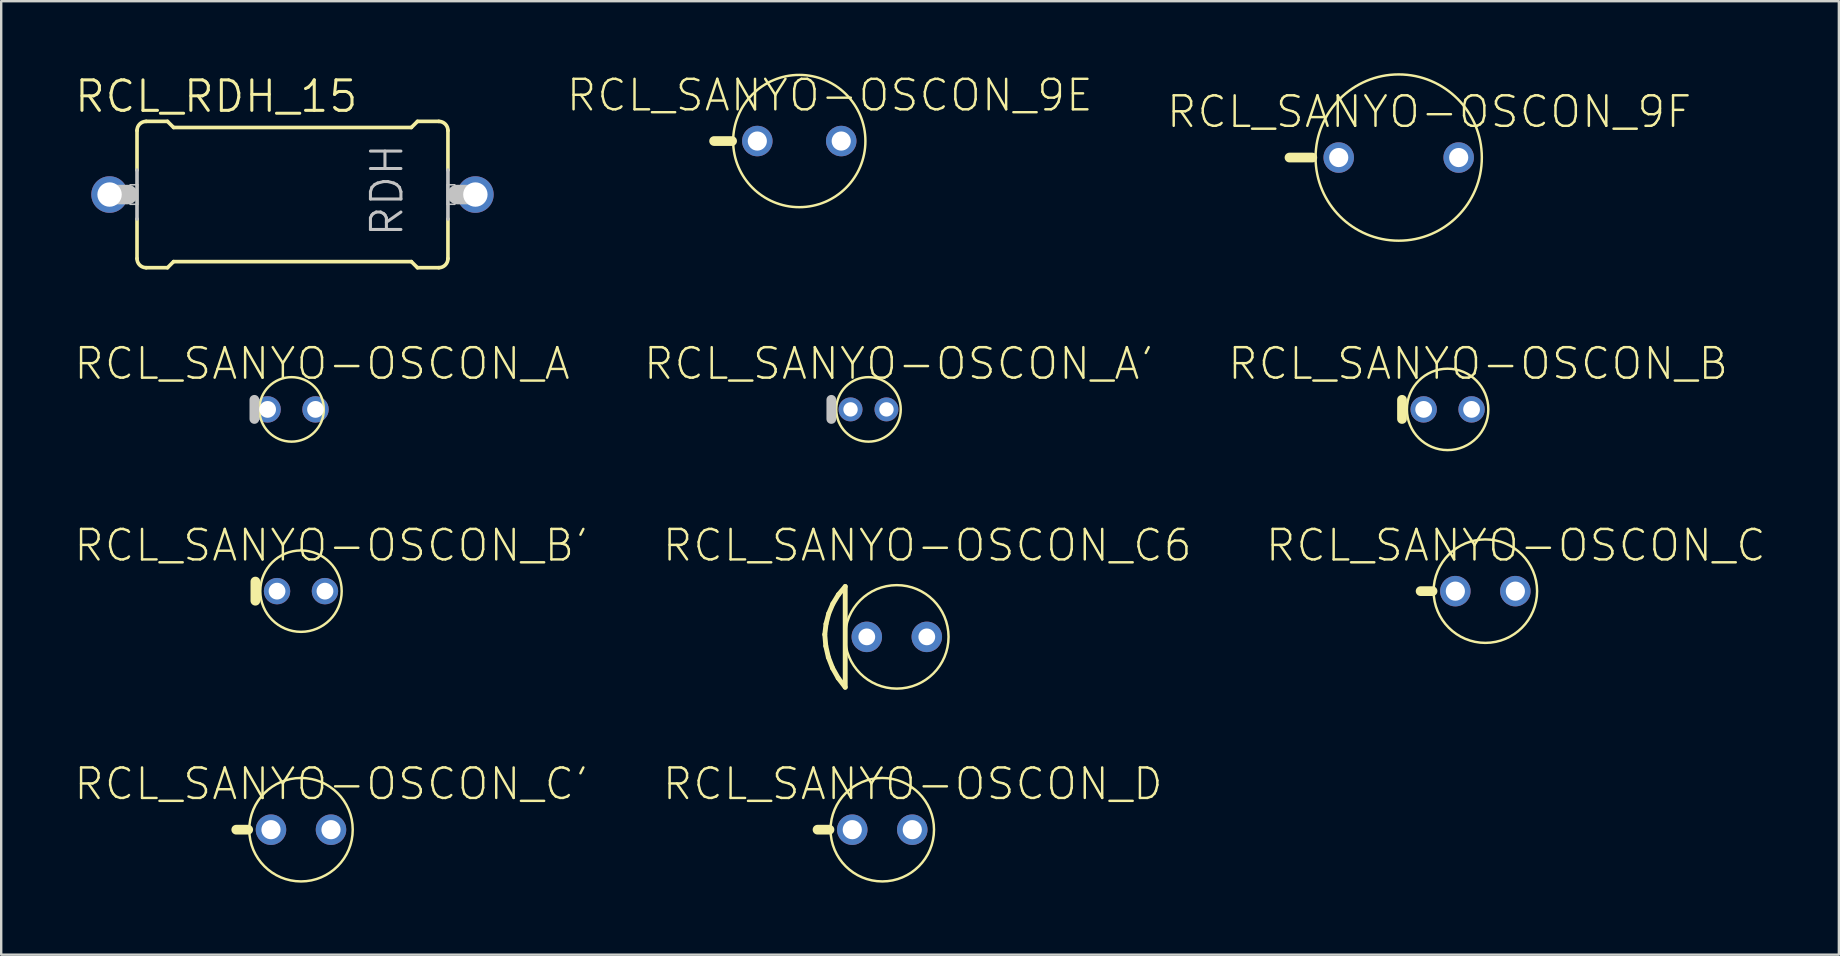
<source format=kicad_pcb>
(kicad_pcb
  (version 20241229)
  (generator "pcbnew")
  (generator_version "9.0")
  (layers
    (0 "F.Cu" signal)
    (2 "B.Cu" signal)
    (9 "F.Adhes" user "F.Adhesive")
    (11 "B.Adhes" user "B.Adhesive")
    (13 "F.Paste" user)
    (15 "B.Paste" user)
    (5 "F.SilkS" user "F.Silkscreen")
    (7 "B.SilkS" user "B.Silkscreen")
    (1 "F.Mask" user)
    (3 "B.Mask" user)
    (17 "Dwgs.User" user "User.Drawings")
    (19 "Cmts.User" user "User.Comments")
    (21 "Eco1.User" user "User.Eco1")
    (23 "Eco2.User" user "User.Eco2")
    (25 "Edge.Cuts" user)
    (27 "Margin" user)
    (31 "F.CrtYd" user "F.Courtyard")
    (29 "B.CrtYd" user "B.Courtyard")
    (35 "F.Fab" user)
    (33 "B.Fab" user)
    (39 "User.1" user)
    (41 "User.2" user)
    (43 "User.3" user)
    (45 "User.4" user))
  (footprint "RCL_SANYO-OSCON_C"
    (layer "F.Cu")
    (at 58.832 21.578)
    (property "Reference" "RCL_SANYO-OSCON_C" (at 1.27 -1.905 0) (layer "F.SilkS") (effects (font (size 1.27 1.27) (thickness 0.102))))
    (attr exclude_from_pos_files exclude_from_bom)
    (fp_line (start -2.2 0) (end -2.697 0) (stroke (width 0.406) (type solid)) (layer "F.SilkS"))
    (fp_circle (center 0 0) (end -1.524 1.524) (stroke (width 0.102) (type solid)) (fill no) (layer "F.SilkS"))
    (pad "+" thru_hole circle (at 1.25 0) (size 1.27 1.27) (drill 0.798) (layers "*.Cu" "*.Paste" "*.Mask"))
    (pad "-" thru_hole circle (at -1.25 0) (size 1.27 1.27) (drill 0.798) (layers "*.Cu" "*.Paste" "*.Mask")))
  (footprint "RCL_RDH_15"
    (layer "F.Cu")
    (at 9.135 5.055)
    (property "Reference" "RCL_RDH_15" (at -3.175 -4.089 0) (layer "F.SilkS") (effects (font (size 1.27 1.27) (thickness 0.127))))
    (attr exclude_from_pos_files exclude_from_bom)
    (fp_line (start -6.477 -1.016) (end -6.477 -2.667) (stroke (width 0.152) (type solid)) (layer "F.SilkS"))
    (fp_line (start -6.477 2.667) (end -6.477 1.016) (stroke (width 0.152) (type solid)) (layer "F.SilkS"))
    (fp_line (start -6.096 -3.048) (end -5.207 -3.048) (stroke (width 0.152) (type solid)) (layer "F.SilkS"))
    (fp_line (start -6.096 3.048) (end -5.207 3.048) (stroke (width 0.152) (type solid)) (layer "F.SilkS"))
    (fp_line (start -4.953 -2.794) (end -5.207 -3.048) (stroke (width 0.152) (type solid)) (layer "F.SilkS"))
    (fp_line (start -4.953 2.794) (end -5.207 3.048) (stroke (width 0.152) (type solid)) (layer "F.SilkS"))
    (fp_line (start 4.953 -2.794) (end -4.953 -2.794) (stroke (width 0.152) (type solid)) (layer "F.SilkS"))
    (fp_line (start 4.953 -2.794) (end 5.207 -3.048) (stroke (width 0.152) (type solid)) (layer "F.SilkS"))
    (fp_line (start 4.953 2.794) (end -4.953 2.794) (stroke (width 0.152) (type solid)) (layer "F.SilkS"))
    (fp_line (start 4.953 2.794) (end 5.207 3.048) (stroke (width 0.152) (type solid)) (layer "F.SilkS"))
    (fp_line (start 6.096 -3.048) (end 5.207 -3.048) (stroke (width 0.152) (type solid)) (layer "F.SilkS"))
    (fp_line (start 6.096 3.048) (end 5.207 3.048) (stroke (width 0.152) (type solid)) (layer "F.SilkS"))
    (fp_line (start 6.477 -1.016) (end 6.477 -2.667) (stroke (width 0.152) (type solid)) (layer "F.SilkS"))
    (fp_line (start 6.477 2.667) (end 6.477 1.016) (stroke (width 0.152) (type solid)) (layer "F.SilkS"))
    (fp_arc (start -6.477 -2.667) (mid -6.365408 -2.936408) (end -6.096 -3.048) (stroke (width 0.1524) (type solid)) (layer "F.SilkS"))
    (fp_arc (start -6.096 3.048) (mid -6.365408 2.936408) (end -6.477 2.667) (stroke (width 0.1524) (type solid)) (layer "F.SilkS"))
    (fp_arc (start 6.096 -3.048) (mid 6.365408 -2.936408) (end 6.477 -2.667) (stroke (width 0.1524) (type solid)) (layer "F.SilkS"))
    (fp_arc (start 6.477 2.667) (mid 6.365408 2.936408) (end 6.096 3.048) (stroke (width 0.1524) (type solid)) (layer "F.SilkS"))
    (fp_line (start -7.62 0) (end -6.858 0) (stroke (width 0.813) (type solid)) (layer "Dwgs.User"))
    (fp_line (start -6.756 -0.406) (end -6.452 -0.406) (stroke (width 0.066) (type solid)) (layer "Dwgs.User"))
    (fp_line (start -6.756 0.406) (end -6.756 -0.406) (stroke (width 0.066) (type solid)) (layer "Dwgs.User"))
    (fp_line (start -6.756 0.406) (end -6.452 0.406) (stroke (width 0.066) (type solid)) (layer "Dwgs.User"))
    (fp_line (start -6.477 -1.016) (end -6.477 1.016) (stroke (width 0.152) (type solid)) (layer "Dwgs.User"))
    (fp_line (start -6.452 0.406) (end -6.452 -0.406) (stroke (width 0.066) (type solid)) (layer "Dwgs.User"))
    (fp_line (start 6.452 -0.406) (end 6.756 -0.406) (stroke (width 0.066) (type solid)) (layer "Dwgs.User"))
    (fp_line (start 6.452 0.406) (end 6.452 -0.406) (stroke (width 0.066) (type solid)) (layer "Dwgs.User"))
    (fp_line (start 6.452 0.406) (end 6.756 0.406) (stroke (width 0.066) (type solid)) (layer "Dwgs.User"))
    (fp_line (start 6.477 -1.016) (end 6.477 1.016) (stroke (width 0.152) (type solid)) (layer "Dwgs.User"))
    (fp_line (start 6.756 0.406) (end 6.756 -0.406) (stroke (width 0.066) (type solid)) (layer "Dwgs.User"))
    (fp_line (start 6.858 0) (end 7.62 0) (stroke (width 0.813) (type solid)) (layer "Dwgs.User"))
    (fp_text user "RDH" (at 3.937 -0.178 90) (layer "Dwgs.User") (effects (font (size 1.27 1.27) (thickness 0.127))))
    (pad "1" thru_hole circle (at -7.62 0) (size 1.524 1.524) (drill 1.016) (layers "*.Cu" "*.Paste" "*.Mask"))
    (pad "2" thru_hole circle (at 7.62 0) (size 1.524 1.524) (drill 1.016) (layers "*.Cu" "*.Paste" "*.Mask")))
  (footprint "RCL_SANYO-OSCON_D"
    (layer "F.Cu")
    (at 33.707 31.516)
    (property "Reference" "RCL_SANYO-OSCON_D" (at 1.27 -1.905 0) (layer "F.SilkS") (effects (font (size 1.27 1.27) (thickness 0.102))))
    (attr exclude_from_pos_files exclude_from_bom)
    (fp_line (start -2.2 0) (end -2.697 0) (stroke (width 0.406) (type solid)) (layer "F.SilkS"))
    (fp_circle (center 0 0) (end -1.524 1.524) (stroke (width 0.102) (type solid)) (fill no) (layer "F.SilkS"))
    (pad "+" thru_hole circle (at 1.25 0) (size 1.27 1.27) (drill 0.798) (layers "*.Cu" "*.Paste" "*.Mask"))
    (pad "-" thru_hole circle (at -1.25 0) (size 1.27 1.27) (drill 0.798) (layers "*.Cu" "*.Paste" "*.Mask")))
  (footprint "RCL_SANYO-OSCON_A'"
    (layer "F.Cu")
    (at 33.133 14.006)
    (property "Reference" "RCL_SANYO-OSCON_A'" (at 1.27 -1.905 0) (layer "F.SilkS") (effects (font (size 1.27 1.27) (thickness 0.102))))
    (attr exclude_from_pos_files exclude_from_bom)
    (fp_circle (center 0 0) (end -0.95 0.95) (stroke (width 0.102) (type solid)) (fill no) (layer "F.SilkS"))
    (fp_line (start -1.549 0.399) (end -1.549 -0.399) (stroke (width 0.406) (type solid)) (layer "Dwgs.User"))
    (pad "+" thru_hole circle (at 0.749 0) (size 0.998 0.998) (drill 0.599) (layers "*.Cu" "*.Paste" "*.Mask"))
    (pad "-" thru_hole circle (at -0.749 0) (size 0.998 0.998) (drill 0.599) (layers "*.Cu" "*.Paste" "*.Mask")))
  (footprint "RCL_SANYO-OSCON_A"
    (layer "F.Cu")
    (at 9.097 14.006)
    (property "Reference" "RCL_SANYO-OSCON_A" (at 1.27 -1.905 0) (layer "F.SilkS") (effects (font (size 1.27 1.27) (thickness 0.102))))
    (attr exclude_from_pos_files exclude_from_bom)
    (fp_circle (center 0 0) (end -0.95 0.95) (stroke (width 0.102) (type solid)) (fill no) (layer "F.SilkS"))
    (fp_line (start -1.549 0.399) (end -1.549 -0.399) (stroke (width 0.406) (type solid)) (layer "Dwgs.User"))
    (pad "+" thru_hole circle (at 0.998 0) (size 1.1 1.1) (drill 0.699) (layers "*.Cu" "*.Paste" "*.Mask"))
    (pad "-" thru_hole circle (at -0.998 0) (size 1.1 1.1) (drill 0.699) (layers "*.Cu" "*.Paste" "*.Mask")))
  (footprint "RCL_SANYO-OSCON_9E"
    (layer "F.Cu")
    (at 30.249 2.826)
    (property "Reference" "RCL_SANYO-OSCON_9E" (at 1.27 -1.905 0) (layer "F.SilkS") (effects (font (size 1.27 1.27) (thickness 0.102))))
    (attr exclude_from_pos_files exclude_from_bom)
    (fp_line (start -3.548 0) (end -2.799 0) (stroke (width 0.406) (type solid)) (layer "F.SilkS"))
    (fp_circle (center 0 0) (end -1.948 1.948) (stroke (width 0.102) (type solid)) (fill no) (layer "F.SilkS"))
    (pad "+" thru_hole circle (at 1.748 0) (size 1.27 1.27) (drill 0.798) (layers "*.Cu" "*.Paste" "*.Mask"))
    (pad "-" thru_hole circle (at -1.748 0) (size 1.27 1.27) (drill 0.798) (layers "*.Cu" "*.Paste" "*.Mask")))
  (footprint "RCL_SANYO-OSCON_B'"
    (layer "F.Cu")
    (at 9.49 21.578)
    (property "Reference" "RCL_SANYO-OSCON_B'" (at 1.27 -1.905 0) (layer "F.SilkS") (effects (font (size 1.27 1.27) (thickness 0.102))))
    (attr exclude_from_pos_files exclude_from_bom)
    (fp_line (start -1.9 0.399) (end -1.9 -0.399) (stroke (width 0.406) (type solid)) (layer "F.SilkS"))
    (fp_circle (center 0 0) (end -1.199 1.199) (stroke (width 0.102) (type solid)) (fill no) (layer "F.SilkS"))
    (pad "+" thru_hole circle (at 0.998 0) (size 1.1 1.1) (drill 0.699) (layers "*.Cu" "*.Paste" "*.Mask"))
    (pad "-" thru_hole circle (at -0.998 0) (size 1.1 1.1) (drill 0.699) (layers "*.Cu" "*.Paste" "*.Mask")))
  (footprint "RCL_SANYO-OSCON_B"
    (layer "F.Cu")
    (at 57.26 14.006)
    (property "Reference" "RCL_SANYO-OSCON_B" (at 1.27 -1.905 0) (layer "F.SilkS") (effects (font (size 1.27 1.27) (thickness 0.102))))
    (attr exclude_from_pos_files exclude_from_bom)
    (fp_line (start -1.9 0.399) (end -1.9 -0.399) (stroke (width 0.406) (type solid)) (layer "F.SilkS"))
    (fp_circle (center 0 0) (end -1.199 1.199) (stroke (width 0.102) (type solid)) (fill no) (layer "F.SilkS"))
    (pad "+" thru_hole circle (at 0.998 0) (size 1.1 1.1) (drill 0.699) (layers "*.Cu" "*.Paste" "*.Mask"))
    (pad "-" thru_hole circle (at -0.998 0) (size 1.1 1.1) (drill 0.699) (layers "*.Cu" "*.Paste" "*.Mask")))
  (footprint "RCL_SANYO-OSCON_C6"
    (layer "F.Cu")
    (at 34.312 23.483)
    (property "Reference" "RCL_SANYO-OSCON_C6" (at 1.27 -3.81 0) (layer "F.SilkS") (effects (font (size 1.27 1.27) (thickness 0.102))))
    (attr exclude_from_pos_files exclude_from_bom)
    (fp_line (start -3 -0.099) (end -2.949 -0.541) (stroke (width 0.203) (type solid)) (layer "F.SilkS"))
    (fp_line (start -2.959 0.378) (end -3 -0.099) (stroke (width 0.203) (type solid)) (layer "F.SilkS"))
    (fp_line (start -2.949 -0.541) (end -2.837 -0.97) (stroke (width 0.203) (type solid)) (layer "F.SilkS"))
    (fp_line (start -2.852 0.848) (end -2.959 0.378) (stroke (width 0.203) (type solid)) (layer "F.SilkS"))
    (fp_line (start -2.837 -0.97) (end -2.664 -1.379) (stroke (width 0.203) (type solid)) (layer "F.SilkS"))
    (fp_line (start -2.677 1.298) (end -2.852 0.848) (stroke (width 0.203) (type solid)) (layer "F.SilkS"))
    (fp_line (start -2.664 -1.379) (end -2.433 -1.758) (stroke (width 0.203) (type solid)) (layer "F.SilkS"))
    (fp_line (start -2.441 1.717) (end -2.677 1.298) (stroke (width 0.203) (type solid)) (layer "F.SilkS"))
    (fp_line (start -2.433 -1.758) (end -2.149 -2.098) (stroke (width 0.203) (type solid)) (layer "F.SilkS"))
    (fp_line (start -2.149 -2.098) (end -2.149 2.098) (stroke (width 0.203) (type solid)) (layer "F.SilkS"))
    (fp_line (start -2.149 2.098) (end -2.441 1.717) (stroke (width 0.203) (type solid)) (layer "F.SilkS"))
    (fp_circle (center 0 0) (end -1.524 1.524) (stroke (width 0.102) (type solid)) (fill no) (layer "F.SilkS"))
    (pad "+" thru_hole circle (at 1.25 0) (size 1.27 1.27) (drill 0.699) (layers "*.Cu" "*.Paste" "*.Mask"))
    (pad "-" thru_hole circle (at -1.25 0) (size 1.27 1.27) (drill 0.699) (layers "*.Cu" "*.Paste" "*.Mask")))
  (footprint "RCL_SANYO-OSCON_9F"
    (layer "F.Cu")
    (at 55.222 3.514)
    (property "Reference" "RCL_SANYO-OSCON_9F" (at 1.27 -1.905 0) (layer "F.SilkS") (effects (font (size 1.27 1.27) (thickness 0.102))))
    (attr exclude_from_pos_files exclude_from_bom)
    (fp_line (start -4.549 0) (end -3.599 0) (stroke (width 0.406) (type solid)) (layer "F.SilkS"))
    (fp_circle (center 0 0) (end -2.449 2.449) (stroke (width 0.102) (type solid)) (fill no) (layer "F.SilkS"))
    (pad "+" thru_hole circle (at 2.499 0) (size 1.27 1.27) (drill 0.798) (layers "*.Cu" "*.Paste" "*.Mask"))
    (pad "-" thru_hole circle (at -2.499 0) (size 1.27 1.27) (drill 0.798) (layers "*.Cu" "*.Paste" "*.Mask")))
  (footprint "RCL_SANYO-OSCON_C'"
    (layer "F.Cu")
    (at 9.49 31.516)
    (property "Reference" "RCL_SANYO-OSCON_C'" (at 1.27 -1.905 0) (layer "F.SilkS") (effects (font (size 1.27 1.27) (thickness 0.102))))
    (attr exclude_from_pos_files exclude_from_bom)
    (fp_line (start -2.2 0) (end -2.697 0) (stroke (width 0.406) (type solid)) (layer "F.SilkS"))
    (fp_circle (center 0 0) (end -1.524 1.524) (stroke (width 0.102) (type solid)) (fill no) (layer "F.SilkS"))
    (pad "+" thru_hole circle (at 1.25 0) (size 1.27 1.27) (drill 0.798) (layers "*.Cu" "*.Paste" "*.Mask"))
    (pad "-" thru_hole circle (at -1.25 0) (size 1.27 1.27) (drill 0.798) (layers "*.Cu" "*.Paste" "*.Mask")))
  (gr_rect
    (start -3 -3)
    (end 73.56 36.722)
    (stroke (width 0.1) (type default))
    (fill no)
    (layer "Edge.Cuts")))
</source>
